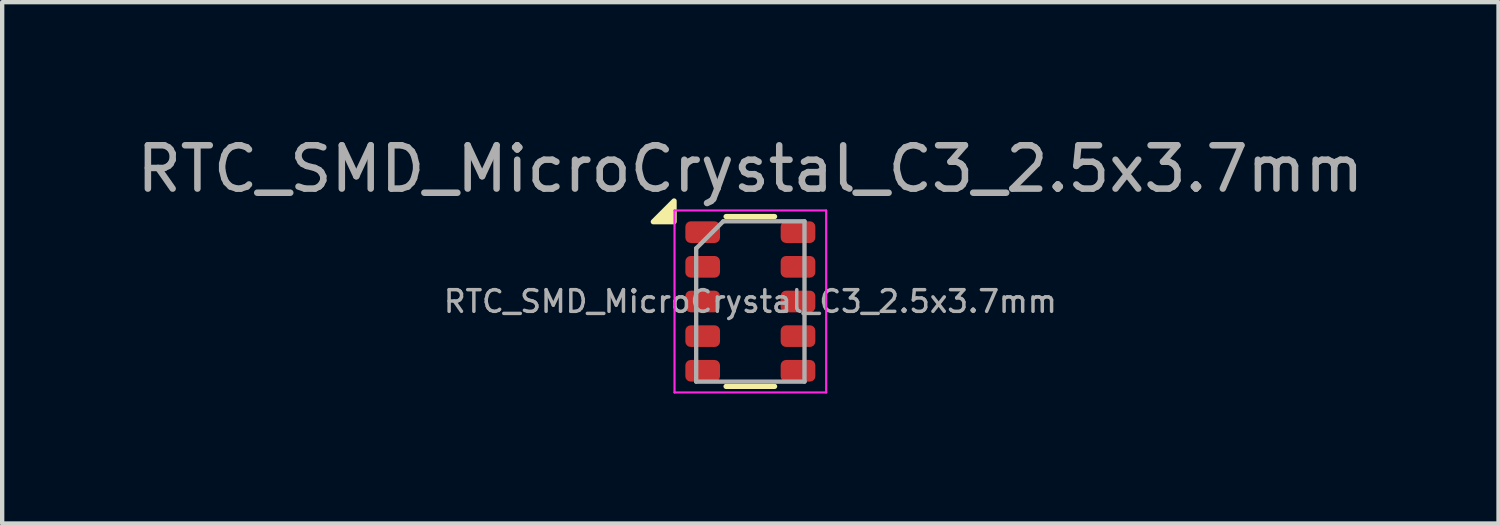
<source format=kicad_pcb>
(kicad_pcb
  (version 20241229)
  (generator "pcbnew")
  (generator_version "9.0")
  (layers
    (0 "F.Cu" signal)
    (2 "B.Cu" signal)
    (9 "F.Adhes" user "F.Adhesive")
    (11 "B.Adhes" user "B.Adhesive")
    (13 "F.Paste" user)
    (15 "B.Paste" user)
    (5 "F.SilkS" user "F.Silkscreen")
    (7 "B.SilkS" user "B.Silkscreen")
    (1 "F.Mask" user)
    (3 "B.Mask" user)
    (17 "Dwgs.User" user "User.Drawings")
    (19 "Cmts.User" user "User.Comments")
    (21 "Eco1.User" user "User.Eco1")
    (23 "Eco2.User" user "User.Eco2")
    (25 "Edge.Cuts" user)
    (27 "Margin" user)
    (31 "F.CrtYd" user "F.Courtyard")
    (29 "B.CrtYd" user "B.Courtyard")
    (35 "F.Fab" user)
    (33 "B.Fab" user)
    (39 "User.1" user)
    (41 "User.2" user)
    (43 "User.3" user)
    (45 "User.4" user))
  (footprint "RTC_SMD_MicroCrystal_C3_2.5x3.7mm"
    (layer "F.Cu")
    (at 14.268 3.908)
    (property "Reference" "RTC_SMD_MicroCrystal_C3_2.5x3.7mm" (at 0 -3.06 0) (layer "F.Fab") (effects (font (size 1 1) (thickness 0.15))))
    (attr smd)
    (fp_line (start -0.56 -1.96) (end 0.56 -1.96) (stroke (width 0.12) (type solid)) (layer "F.SilkS"))
    (fp_line (start -0.56 1.96) (end 0.56 1.96) (stroke (width 0.12) (type solid)) (layer "F.SilkS"))
    (fp_poly (pts (xy -1.76 -1.84) (xy -2.24 -1.84) (xy -1.76 -2.32) (xy -1.76 -1.84)) (stroke (width 0.12) (type solid)) (fill yes) (layer "F.SilkS"))
    (fp_line (start -1.75 -2.1) (end -1.75 2.1) (stroke (width 0.05) (type solid)) (layer "F.CrtYd"))
    (fp_line (start -1.75 -2.1) (end 1.75 -2.1) (stroke (width 0.05) (type solid)) (layer "F.CrtYd"))
    (fp_line (start -1.75 2.1) (end 1.75 2.1) (stroke (width 0.05) (type solid)) (layer "F.CrtYd"))
    (fp_line (start 1.75 -2.1) (end 1.75 2.1) (stroke (width 0.05) (type solid)) (layer "F.CrtYd"))
    (fp_line (start -1.25 -1.225) (end -1.25 1.85) (stroke (width 0.1) (type solid)) (layer "F.Fab"))
    (fp_line (start -1.25 1.85) (end 1.25 1.85) (stroke (width 0.1) (type solid)) (layer "F.Fab"))
    (fp_line (start -0.625 -1.85) (end -1.25 -1.225) (stroke (width 0.1) (type solid)) (layer "F.Fab"))
    (fp_line (start -0.625 -1.85) (end 1.25 -1.85) (stroke (width 0.1) (type solid)) (layer "F.Fab"))
    (fp_line (start 1.25 -1.85) (end 1.25 1.85) (stroke (width 0.1) (type solid)) (layer "F.Fab"))
    (fp_text user "${REFERENCE}" (at 0 0 0) (layer "F.Fab") (effects (font (size 0.5 0.5) (thickness 0.08))))
    (pad "1" smd roundrect (at -1.1 -1.6) (size 0.8 0.5) (layers "F.Cu" "F.Mask" "F.Paste") (roundrect_rratio 0.25))
    (pad "2" smd roundrect (at -1.1 -0.8) (size 0.8 0.5) (layers "F.Cu" "F.Mask" "F.Paste") (roundrect_rratio 0.25))
    (pad "3" smd roundrect (at -1.1 0) (size 0.8 0.5) (layers "F.Cu" "F.Mask" "F.Paste") (roundrect_rratio 0.25))
    (pad "4" smd roundrect (at -1.1 0.8) (size 0.8 0.5) (layers "F.Cu" "F.Mask" "F.Paste") (roundrect_rratio 0.25))
    (pad "5" smd roundrect (at -1.1 1.6) (size 0.8 0.5) (layers "F.Cu" "F.Mask" "F.Paste") (roundrect_rratio 0.25))
    (pad "6" smd roundrect (at 1.1 1.6) (size 0.8 0.5) (layers "F.Cu" "F.Mask" "F.Paste") (roundrect_rratio 0.25))
    (pad "7" smd roundrect (at 1.1 0.8) (size 0.8 0.5) (layers "F.Cu" "F.Mask" "F.Paste") (roundrect_rratio 0.25))
    (pad "8" smd roundrect (at 1.1 0) (size 0.8 0.5) (layers "F.Cu" "F.Mask" "F.Paste") (roundrect_rratio 0.25))
    (pad "9" smd roundrect (at 1.1 -0.8) (size 0.8 0.5) (layers "F.Cu" "F.Mask" "F.Paste") (roundrect_rratio 0.25))
    (pad "10" smd roundrect (at 1.1 -1.6) (size 0.8 0.5) (layers "F.Cu" "F.Mask" "F.Paste") (roundrect_rratio 0.25)))
  (gr_rect
    (start -3 -3)
    (end 31.536 9.033)
    (stroke (width 0.1) (type default))
    (fill no)
    (layer "Edge.Cuts")))
</source>
